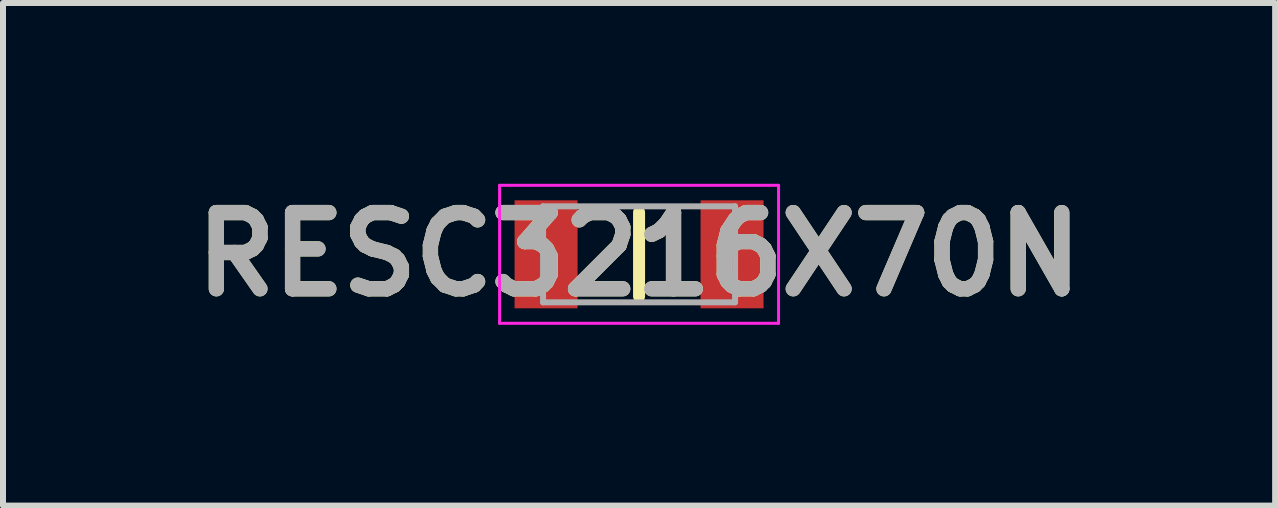
<source format=kicad_pcb>
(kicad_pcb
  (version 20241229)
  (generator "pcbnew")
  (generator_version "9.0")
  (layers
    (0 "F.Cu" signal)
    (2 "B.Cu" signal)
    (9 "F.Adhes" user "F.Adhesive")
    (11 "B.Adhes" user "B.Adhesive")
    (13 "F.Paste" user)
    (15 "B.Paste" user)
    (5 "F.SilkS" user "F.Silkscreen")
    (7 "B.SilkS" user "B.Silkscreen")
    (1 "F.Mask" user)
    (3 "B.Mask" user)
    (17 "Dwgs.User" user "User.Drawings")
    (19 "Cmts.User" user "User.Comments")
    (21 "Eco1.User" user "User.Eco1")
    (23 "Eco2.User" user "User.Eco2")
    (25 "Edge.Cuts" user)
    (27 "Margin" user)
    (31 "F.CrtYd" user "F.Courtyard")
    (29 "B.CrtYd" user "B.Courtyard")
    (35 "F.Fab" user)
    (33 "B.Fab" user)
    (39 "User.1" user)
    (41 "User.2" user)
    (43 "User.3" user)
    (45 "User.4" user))
  (footprint "RESC3216X70N"
    (layer "F.Cu")
    (at 7.602 1.189)
    (property "Reference" "RESC3216X70N" (at 0 0 0) (layer "F.SilkS") (effects (font (size 1.27 1.27) (thickness 0.254))))
    (attr smd)
    (fp_line (start 0 -0.7) (end 0 0.7) (stroke (width 0.2) (type solid)) (layer "F.SilkS"))
    (fp_line (start -2.325 -1.15) (end 2.325 -1.15) (stroke (width 0.05) (type solid)) (layer "F.CrtYd"))
    (fp_line (start -2.325 1.15) (end -2.325 -1.15) (stroke (width 0.05) (type solid)) (layer "F.CrtYd"))
    (fp_line (start 2.325 -1.15) (end 2.325 1.15) (stroke (width 0.05) (type solid)) (layer "F.CrtYd"))
    (fp_line (start 2.325 1.15) (end -2.325 1.15) (stroke (width 0.05) (type solid)) (layer "F.CrtYd"))
    (fp_line (start -1.6 -0.8) (end 1.6 -0.8) (stroke (width 0.1) (type solid)) (layer "F.Fab"))
    (fp_line (start -1.6 0.8) (end -1.6 -0.8) (stroke (width 0.1) (type solid)) (layer "F.Fab"))
    (fp_line (start 1.6 -0.8) (end 1.6 0.8) (stroke (width 0.1) (type solid)) (layer "F.Fab"))
    (fp_line (start 1.6 0.8) (end -1.6 0.8) (stroke (width 0.1) (type solid)) (layer "F.Fab"))
    (fp_text user "${REFERENCE}" (at 0 0 0) (layer "F.Fab") (effects (font (size 1.27 1.27) (thickness 0.254))))
    (pad "1" smd rect (at -1.55 0) (size 1.05 1.8) (layers "F.Cu" "F.Mask" "F.Paste"))
    (pad "2" smd rect (at 1.55 0) (size 1.05 1.8) (layers "F.Cu" "F.Mask" "F.Paste")))
  (gr_rect
    (start -3 -3)
    (end 18.204 5.377)
    (stroke (width 0.1) (type default))
    (fill no)
    (layer "Edge.Cuts")))
</source>
